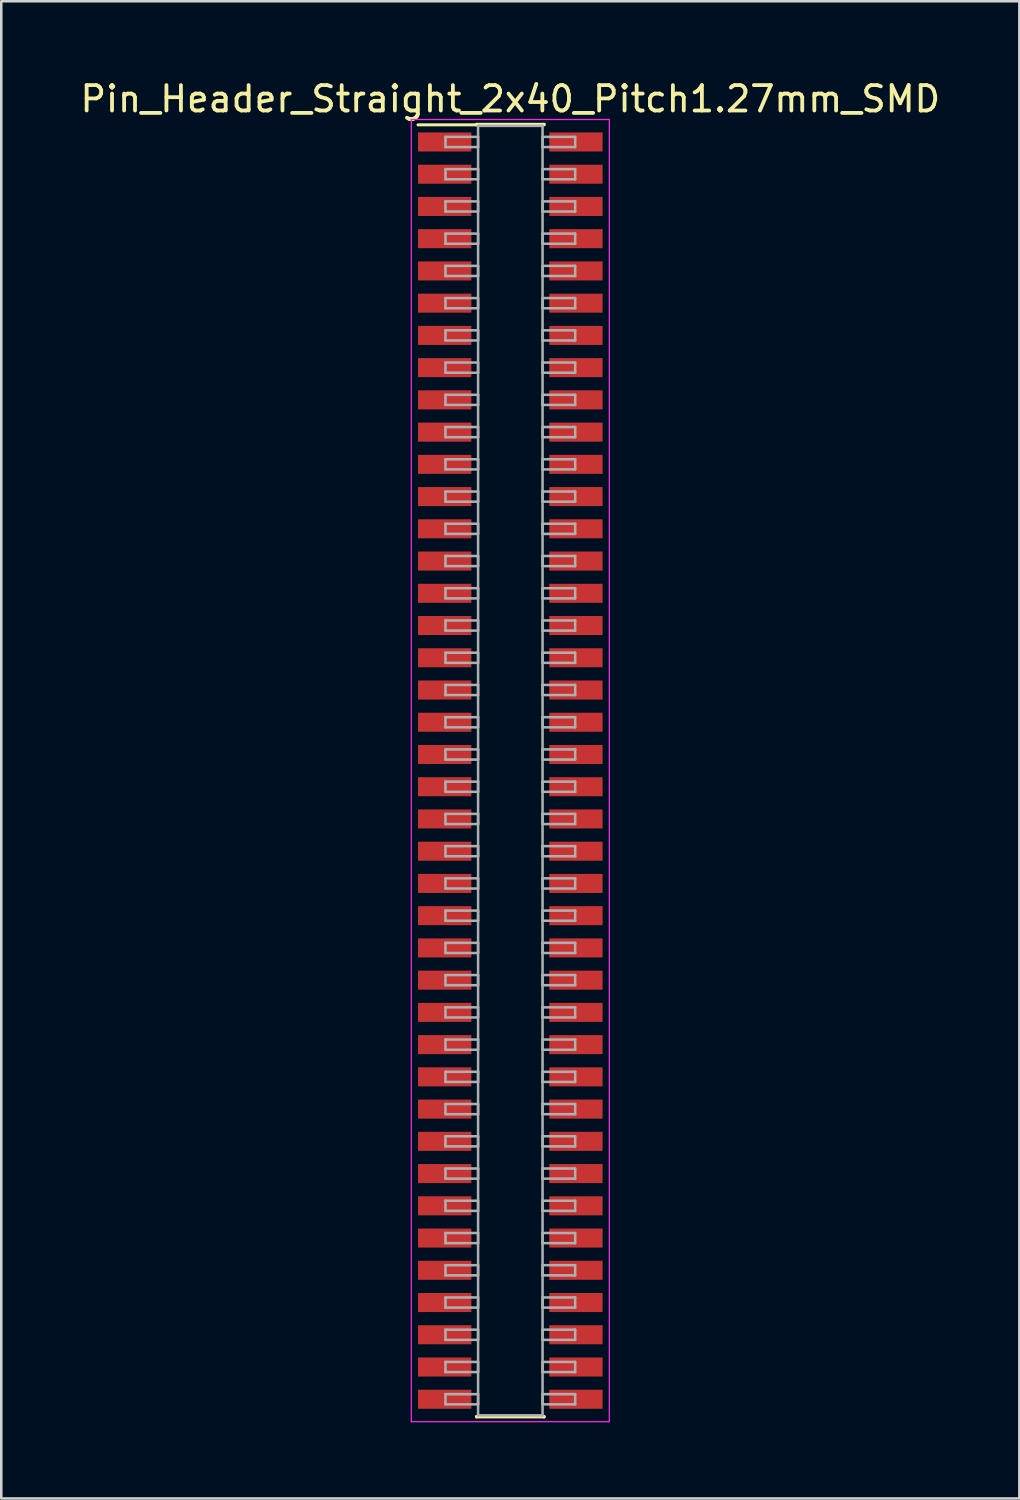
<source format=kicad_pcb>
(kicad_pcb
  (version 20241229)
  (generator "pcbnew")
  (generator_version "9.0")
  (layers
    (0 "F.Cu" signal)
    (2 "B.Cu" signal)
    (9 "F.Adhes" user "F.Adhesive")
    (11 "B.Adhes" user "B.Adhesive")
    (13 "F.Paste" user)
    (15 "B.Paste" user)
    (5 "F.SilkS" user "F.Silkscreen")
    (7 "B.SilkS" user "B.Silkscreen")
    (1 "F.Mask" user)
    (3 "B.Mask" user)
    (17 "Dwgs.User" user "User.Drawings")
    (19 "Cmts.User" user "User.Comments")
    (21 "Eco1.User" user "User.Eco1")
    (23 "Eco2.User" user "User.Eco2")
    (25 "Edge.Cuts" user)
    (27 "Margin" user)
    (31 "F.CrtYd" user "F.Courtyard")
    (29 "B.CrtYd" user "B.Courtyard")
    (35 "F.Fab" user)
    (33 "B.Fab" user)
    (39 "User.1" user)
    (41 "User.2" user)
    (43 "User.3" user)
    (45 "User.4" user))
  (footprint "Pin_Header_Straight_2x40_Pitch1.27mm_SMD"
    (layer "F.Cu")
    (at 17.054 27.308)
    (property "Reference" "Pin_Header_Straight_2x40_Pitch1.27mm_SMD" (at 0 -26.46 0) (layer "F.SilkS") (effects (font (size 1 1) (thickness 0.15))))
    (attr smd)
    (fp_line (start -3.635 -25.44) (end -1.33 -25.44) (stroke (width 0.12) (type solid)) (layer "F.SilkS"))
    (fp_line (start -1.33 -25.46) (end 1.33 -25.46) (stroke (width 0.12) (type solid)) (layer "F.SilkS"))
    (fp_line (start -1.33 -25.44) (end -1.33 -25.46) (stroke (width 0.12) (type solid)) (layer "F.SilkS"))
    (fp_line (start -1.33 25.44) (end -1.33 25.46) (stroke (width 0.12) (type solid)) (layer "F.SilkS"))
    (fp_line (start -1.33 25.46) (end 1.33 25.46) (stroke (width 0.12) (type solid)) (layer "F.SilkS"))
    (fp_line (start 1.33 -25.46) (end 1.33 -25.44) (stroke (width 0.12) (type solid)) (layer "F.SilkS"))
    (fp_line (start 1.33 25.46) (end 1.33 25.44) (stroke (width 0.12) (type solid)) (layer "F.SilkS"))
    (fp_line (start -3.9 -25.65) (end -3.9 25.65) (stroke (width 0.05) (type solid)) (layer "F.CrtYd"))
    (fp_line (start -3.9 25.65) (end 3.9 25.65) (stroke (width 0.05) (type solid)) (layer "F.CrtYd"))
    (fp_line (start 3.9 -25.65) (end -3.9 -25.65) (stroke (width 0.05) (type solid)) (layer "F.CrtYd"))
    (fp_line (start 3.9 25.65) (end 3.9 -25.65) (stroke (width 0.05) (type solid)) (layer "F.CrtYd"))
    (fp_line (start -2.555 -24.965) (end -1.27 -24.965) (stroke (width 0.1) (type solid)) (layer "F.Fab"))
    (fp_line (start -2.555 -24.565) (end -2.555 -24.965) (stroke (width 0.1) (type solid)) (layer "F.Fab"))
    (fp_line (start -2.555 -23.695) (end -1.27 -23.695) (stroke (width 0.1) (type solid)) (layer "F.Fab"))
    (fp_line (start -2.555 -23.295) (end -2.555 -23.695) (stroke (width 0.1) (type solid)) (layer "F.Fab"))
    (fp_line (start -2.555 -22.425) (end -1.27 -22.425) (stroke (width 0.1) (type solid)) (layer "F.Fab"))
    (fp_line (start -2.555 -22.025) (end -2.555 -22.425) (stroke (width 0.1) (type solid)) (layer "F.Fab"))
    (fp_line (start -2.555 -21.155) (end -1.27 -21.155) (stroke (width 0.1) (type solid)) (layer "F.Fab"))
    (fp_line (start -2.555 -20.755) (end -2.555 -21.155) (stroke (width 0.1) (type solid)) (layer "F.Fab"))
    (fp_line (start -2.555 -19.885) (end -1.27 -19.885) (stroke (width 0.1) (type solid)) (layer "F.Fab"))
    (fp_line (start -2.555 -19.485) (end -2.555 -19.885) (stroke (width 0.1) (type solid)) (layer "F.Fab"))
    (fp_line (start -2.555 -18.615) (end -1.27 -18.615) (stroke (width 0.1) (type solid)) (layer "F.Fab"))
    (fp_line (start -2.555 -18.215) (end -2.555 -18.615) (stroke (width 0.1) (type solid)) (layer "F.Fab"))
    (fp_line (start -2.555 -17.345) (end -1.27 -17.345) (stroke (width 0.1) (type solid)) (layer "F.Fab"))
    (fp_line (start -2.555 -16.945) (end -2.555 -17.345) (stroke (width 0.1) (type solid)) (layer "F.Fab"))
    (fp_line (start -2.555 -16.075) (end -1.27 -16.075) (stroke (width 0.1) (type solid)) (layer "F.Fab"))
    (fp_line (start -2.555 -15.675) (end -2.555 -16.075) (stroke (width 0.1) (type solid)) (layer "F.Fab"))
    (fp_line (start -2.555 -14.805) (end -1.27 -14.805) (stroke (width 0.1) (type solid)) (layer "F.Fab"))
    (fp_line (start -2.555 -14.405) (end -2.555 -14.805) (stroke (width 0.1) (type solid)) (layer "F.Fab"))
    (fp_line (start -2.555 -13.535) (end -1.27 -13.535) (stroke (width 0.1) (type solid)) (layer "F.Fab"))
    (fp_line (start -2.555 -13.135) (end -2.555 -13.535) (stroke (width 0.1) (type solid)) (layer "F.Fab"))
    (fp_line (start -2.555 -12.265) (end -1.27 -12.265) (stroke (width 0.1) (type solid)) (layer "F.Fab"))
    (fp_line (start -2.555 -11.865) (end -2.555 -12.265) (stroke (width 0.1) (type solid)) (layer "F.Fab"))
    (fp_line (start -2.555 -10.995) (end -1.27 -10.995) (stroke (width 0.1) (type solid)) (layer "F.Fab"))
    (fp_line (start -2.555 -10.595) (end -2.555 -10.995) (stroke (width 0.1) (type solid)) (layer "F.Fab"))
    (fp_line (start -2.555 -9.725) (end -1.27 -9.725) (stroke (width 0.1) (type solid)) (layer "F.Fab"))
    (fp_line (start -2.555 -9.325) (end -2.555 -9.725) (stroke (width 0.1) (type solid)) (layer "F.Fab"))
    (fp_line (start -2.555 -8.455) (end -1.27 -8.455) (stroke (width 0.1) (type solid)) (layer "F.Fab"))
    (fp_line (start -2.555 -8.055) (end -2.555 -8.455) (stroke (width 0.1) (type solid)) (layer "F.Fab"))
    (fp_line (start -2.555 -7.185) (end -1.27 -7.185) (stroke (width 0.1) (type solid)) (layer "F.Fab"))
    (fp_line (start -2.555 -6.785) (end -2.555 -7.185) (stroke (width 0.1) (type solid)) (layer "F.Fab"))
    (fp_line (start -2.555 -5.915) (end -1.27 -5.915) (stroke (width 0.1) (type solid)) (layer "F.Fab"))
    (fp_line (start -2.555 -5.515) (end -2.555 -5.915) (stroke (width 0.1) (type solid)) (layer "F.Fab"))
    (fp_line (start -2.555 -4.645) (end -1.27 -4.645) (stroke (width 0.1) (type solid)) (layer "F.Fab"))
    (fp_line (start -2.555 -4.245) (end -2.555 -4.645) (stroke (width 0.1) (type solid)) (layer "F.Fab"))
    (fp_line (start -2.555 -3.375) (end -1.27 -3.375) (stroke (width 0.1) (type solid)) (layer "F.Fab"))
    (fp_line (start -2.555 -2.975) (end -2.555 -3.375) (stroke (width 0.1) (type solid)) (layer "F.Fab"))
    (fp_line (start -2.555 -2.105) (end -1.27 -2.105) (stroke (width 0.1) (type solid)) (layer "F.Fab"))
    (fp_line (start -2.555 -1.705) (end -2.555 -2.105) (stroke (width 0.1) (type solid)) (layer "F.Fab"))
    (fp_line (start -2.555 -0.835) (end -1.27 -0.835) (stroke (width 0.1) (type solid)) (layer "F.Fab"))
    (fp_line (start -2.555 -0.435) (end -2.555 -0.835) (stroke (width 0.1) (type solid)) (layer "F.Fab"))
    (fp_line (start -2.555 0.435) (end -1.27 0.435) (stroke (width 0.1) (type solid)) (layer "F.Fab"))
    (fp_line (start -2.555 0.835) (end -2.555 0.435) (stroke (width 0.1) (type solid)) (layer "F.Fab"))
    (fp_line (start -2.555 1.705) (end -1.27 1.705) (stroke (width 0.1) (type solid)) (layer "F.Fab"))
    (fp_line (start -2.555 2.105) (end -2.555 1.705) (stroke (width 0.1) (type solid)) (layer "F.Fab"))
    (fp_line (start -2.555 2.975) (end -1.27 2.975) (stroke (width 0.1) (type solid)) (layer "F.Fab"))
    (fp_line (start -2.555 3.375) (end -2.555 2.975) (stroke (width 0.1) (type solid)) (layer "F.Fab"))
    (fp_line (start -2.555 4.245) (end -1.27 4.245) (stroke (width 0.1) (type solid)) (layer "F.Fab"))
    (fp_line (start -2.555 4.645) (end -2.555 4.245) (stroke (width 0.1) (type solid)) (layer "F.Fab"))
    (fp_line (start -2.555 5.515) (end -1.27 5.515) (stroke (width 0.1) (type solid)) (layer "F.Fab"))
    (fp_line (start -2.555 5.915) (end -2.555 5.515) (stroke (width 0.1) (type solid)) (layer "F.Fab"))
    (fp_line (start -2.555 6.785) (end -1.27 6.785) (stroke (width 0.1) (type solid)) (layer "F.Fab"))
    (fp_line (start -2.555 7.185) (end -2.555 6.785) (stroke (width 0.1) (type solid)) (layer "F.Fab"))
    (fp_line (start -2.555 8.055) (end -1.27 8.055) (stroke (width 0.1) (type solid)) (layer "F.Fab"))
    (fp_line (start -2.555 8.455) (end -2.555 8.055) (stroke (width 0.1) (type solid)) (layer "F.Fab"))
    (fp_line (start -2.555 9.325) (end -1.27 9.325) (stroke (width 0.1) (type solid)) (layer "F.Fab"))
    (fp_line (start -2.555 9.725) (end -2.555 9.325) (stroke (width 0.1) (type solid)) (layer "F.Fab"))
    (fp_line (start -2.555 10.595) (end -1.27 10.595) (stroke (width 0.1) (type solid)) (layer "F.Fab"))
    (fp_line (start -2.555 10.995) (end -2.555 10.595) (stroke (width 0.1) (type solid)) (layer "F.Fab"))
    (fp_line (start -2.555 11.865) (end -1.27 11.865) (stroke (width 0.1) (type solid)) (layer "F.Fab"))
    (fp_line (start -2.555 12.265) (end -2.555 11.865) (stroke (width 0.1) (type solid)) (layer "F.Fab"))
    (fp_line (start -2.555 13.135) (end -1.27 13.135) (stroke (width 0.1) (type solid)) (layer "F.Fab"))
    (fp_line (start -2.555 13.535) (end -2.555 13.135) (stroke (width 0.1) (type solid)) (layer "F.Fab"))
    (fp_line (start -2.555 14.405) (end -1.27 14.405) (stroke (width 0.1) (type solid)) (layer "F.Fab"))
    (fp_line (start -2.555 14.805) (end -2.555 14.405) (stroke (width 0.1) (type solid)) (layer "F.Fab"))
    (fp_line (start -2.555 15.675) (end -1.27 15.675) (stroke (width 0.1) (type solid)) (layer "F.Fab"))
    (fp_line (start -2.555 16.075) (end -2.555 15.675) (stroke (width 0.1) (type solid)) (layer "F.Fab"))
    (fp_line (start -2.555 16.945) (end -1.27 16.945) (stroke (width 0.1) (type solid)) (layer "F.Fab"))
    (fp_line (start -2.555 17.345) (end -2.555 16.945) (stroke (width 0.1) (type solid)) (layer "F.Fab"))
    (fp_line (start -2.555 18.215) (end -1.27 18.215) (stroke (width 0.1) (type solid)) (layer "F.Fab"))
    (fp_line (start -2.555 18.615) (end -2.555 18.215) (stroke (width 0.1) (type solid)) (layer "F.Fab"))
    (fp_line (start -2.555 19.485) (end -1.27 19.485) (stroke (width 0.1) (type solid)) (layer "F.Fab"))
    (fp_line (start -2.555 19.885) (end -2.555 19.485) (stroke (width 0.1) (type solid)) (layer "F.Fab"))
    (fp_line (start -2.555 20.755) (end -1.27 20.755) (stroke (width 0.1) (type solid)) (layer "F.Fab"))
    (fp_line (start -2.555 21.155) (end -2.555 20.755) (stroke (width 0.1) (type solid)) (layer "F.Fab"))
    (fp_line (start -2.555 22.025) (end -1.27 22.025) (stroke (width 0.1) (type solid)) (layer "F.Fab"))
    (fp_line (start -2.555 22.425) (end -2.555 22.025) (stroke (width 0.1) (type solid)) (layer "F.Fab"))
    (fp_line (start -2.555 23.295) (end -1.27 23.295) (stroke (width 0.1) (type solid)) (layer "F.Fab"))
    (fp_line (start -2.555 23.695) (end -2.555 23.295) (stroke (width 0.1) (type solid)) (layer "F.Fab"))
    (fp_line (start -2.555 24.565) (end -1.27 24.565) (stroke (width 0.1) (type solid)) (layer "F.Fab"))
    (fp_line (start -2.555 24.965) (end -2.555 24.565) (stroke (width 0.1) (type solid)) (layer "F.Fab"))
    (fp_line (start -1.27 -25.4) (end -1.27 25.4) (stroke (width 0.1) (type solid)) (layer "F.Fab"))
    (fp_line (start -1.27 -24.965) (end -1.27 -24.565) (stroke (width 0.1) (type solid)) (layer "F.Fab"))
    (fp_line (start -1.27 -24.565) (end -2.555 -24.565) (stroke (width 0.1) (type solid)) (layer "F.Fab"))
    (fp_line (start -1.27 -23.695) (end -1.27 -23.295) (stroke (width 0.1) (type solid)) (layer "F.Fab"))
    (fp_line (start -1.27 -23.295) (end -2.555 -23.295) (stroke (width 0.1) (type solid)) (layer "F.Fab"))
    (fp_line (start -1.27 -22.425) (end -1.27 -22.025) (stroke (width 0.1) (type solid)) (layer "F.Fab"))
    (fp_line (start -1.27 -22.025) (end -2.555 -22.025) (stroke (width 0.1) (type solid)) (layer "F.Fab"))
    (fp_line (start -1.27 -21.155) (end -1.27 -20.755) (stroke (width 0.1) (type solid)) (layer "F.Fab"))
    (fp_line (start -1.27 -20.755) (end -2.555 -20.755) (stroke (width 0.1) (type solid)) (layer "F.Fab"))
    (fp_line (start -1.27 -19.885) (end -1.27 -19.485) (stroke (width 0.1) (type solid)) (layer "F.Fab"))
    (fp_line (start -1.27 -19.485) (end -2.555 -19.485) (stroke (width 0.1) (type solid)) (layer "F.Fab"))
    (fp_line (start -1.27 -18.615) (end -1.27 -18.215) (stroke (width 0.1) (type solid)) (layer "F.Fab"))
    (fp_line (start -1.27 -18.215) (end -2.555 -18.215) (stroke (width 0.1) (type solid)) (layer "F.Fab"))
    (fp_line (start -1.27 -17.345) (end -1.27 -16.945) (stroke (width 0.1) (type solid)) (layer "F.Fab"))
    (fp_line (start -1.27 -16.945) (end -2.555 -16.945) (stroke (width 0.1) (type solid)) (layer "F.Fab"))
    (fp_line (start -1.27 -16.075) (end -1.27 -15.675) (stroke (width 0.1) (type solid)) (layer "F.Fab"))
    (fp_line (start -1.27 -15.675) (end -2.555 -15.675) (stroke (width 0.1) (type solid)) (layer "F.Fab"))
    (fp_line (start -1.27 -14.805) (end -1.27 -14.405) (stroke (width 0.1) (type solid)) (layer "F.Fab"))
    (fp_line (start -1.27 -14.405) (end -2.555 -14.405) (stroke (width 0.1) (type solid)) (layer "F.Fab"))
    (fp_line (start -1.27 -13.535) (end -1.27 -13.135) (stroke (width 0.1) (type solid)) (layer "F.Fab"))
    (fp_line (start -1.27 -13.135) (end -2.555 -13.135) (stroke (width 0.1) (type solid)) (layer "F.Fab"))
    (fp_line (start -1.27 -12.265) (end -1.27 -11.865) (stroke (width 0.1) (type solid)) (layer "F.Fab"))
    (fp_line (start -1.27 -11.865) (end -2.555 -11.865) (stroke (width 0.1) (type solid)) (layer "F.Fab"))
    (fp_line (start -1.27 -10.995) (end -1.27 -10.595) (stroke (width 0.1) (type solid)) (layer "F.Fab"))
    (fp_line (start -1.27 -10.595) (end -2.555 -10.595) (stroke (width 0.1) (type solid)) (layer "F.Fab"))
    (fp_line (start -1.27 -9.725) (end -1.27 -9.325) (stroke (width 0.1) (type solid)) (layer "F.Fab"))
    (fp_line (start -1.27 -9.325) (end -2.555 -9.325) (stroke (width 0.1) (type solid)) (layer "F.Fab"))
    (fp_line (start -1.27 -8.455) (end -1.27 -8.055) (stroke (width 0.1) (type solid)) (layer "F.Fab"))
    (fp_line (start -1.27 -8.055) (end -2.555 -8.055) (stroke (width 0.1) (type solid)) (layer "F.Fab"))
    (fp_line (start -1.27 -7.185) (end -1.27 -6.785) (stroke (width 0.1) (type solid)) (layer "F.Fab"))
    (fp_line (start -1.27 -6.785) (end -2.555 -6.785) (stroke (width 0.1) (type solid)) (layer "F.Fab"))
    (fp_line (start -1.27 -5.915) (end -1.27 -5.515) (stroke (width 0.1) (type solid)) (layer "F.Fab"))
    (fp_line (start -1.27 -5.515) (end -2.555 -5.515) (stroke (width 0.1) (type solid)) (layer "F.Fab"))
    (fp_line (start -1.27 -4.645) (end -1.27 -4.245) (stroke (width 0.1) (type solid)) (layer "F.Fab"))
    (fp_line (start -1.27 -4.245) (end -2.555 -4.245) (stroke (width 0.1) (type solid)) (layer "F.Fab"))
    (fp_line (start -1.27 -3.375) (end -1.27 -2.975) (stroke (width 0.1) (type solid)) (layer "F.Fab"))
    (fp_line (start -1.27 -2.975) (end -2.555 -2.975) (stroke (width 0.1) (type solid)) (layer "F.Fab"))
    (fp_line (start -1.27 -2.105) (end -1.27 -1.705) (stroke (width 0.1) (type solid)) (layer "F.Fab"))
    (fp_line (start -1.27 -1.705) (end -2.555 -1.705) (stroke (width 0.1) (type solid)) (layer "F.Fab"))
    (fp_line (start -1.27 -0.835) (end -1.27 -0.435) (stroke (width 0.1) (type solid)) (layer "F.Fab"))
    (fp_line (start -1.27 -0.435) (end -2.555 -0.435) (stroke (width 0.1) (type solid)) (layer "F.Fab"))
    (fp_line (start -1.27 0.435) (end -1.27 0.835) (stroke (width 0.1) (type solid)) (layer "F.Fab"))
    (fp_line (start -1.27 0.835) (end -2.555 0.835) (stroke (width 0.1) (type solid)) (layer "F.Fab"))
    (fp_line (start -1.27 1.705) (end -1.27 2.105) (stroke (width 0.1) (type solid)) (layer "F.Fab"))
    (fp_line (start -1.27 2.105) (end -2.555 2.105) (stroke (width 0.1) (type solid)) (layer "F.Fab"))
    (fp_line (start -1.27 2.975) (end -1.27 3.375) (stroke (width 0.1) (type solid)) (layer "F.Fab"))
    (fp_line (start -1.27 3.375) (end -2.555 3.375) (stroke (width 0.1) (type solid)) (layer "F.Fab"))
    (fp_line (start -1.27 4.245) (end -1.27 4.645) (stroke (width 0.1) (type solid)) (layer "F.Fab"))
    (fp_line (start -1.27 4.645) (end -2.555 4.645) (stroke (width 0.1) (type solid)) (layer "F.Fab"))
    (fp_line (start -1.27 5.515) (end -1.27 5.915) (stroke (width 0.1) (type solid)) (layer "F.Fab"))
    (fp_line (start -1.27 5.915) (end -2.555 5.915) (stroke (width 0.1) (type solid)) (layer "F.Fab"))
    (fp_line (start -1.27 6.785) (end -1.27 7.185) (stroke (width 0.1) (type solid)) (layer "F.Fab"))
    (fp_line (start -1.27 7.185) (end -2.555 7.185) (stroke (width 0.1) (type solid)) (layer "F.Fab"))
    (fp_line (start -1.27 8.055) (end -1.27 8.455) (stroke (width 0.1) (type solid)) (layer "F.Fab"))
    (fp_line (start -1.27 8.455) (end -2.555 8.455) (stroke (width 0.1) (type solid)) (layer "F.Fab"))
    (fp_line (start -1.27 9.325) (end -1.27 9.725) (stroke (width 0.1) (type solid)) (layer "F.Fab"))
    (fp_line (start -1.27 9.725) (end -2.555 9.725) (stroke (width 0.1) (type solid)) (layer "F.Fab"))
    (fp_line (start -1.27 10.595) (end -1.27 10.995) (stroke (width 0.1) (type solid)) (layer "F.Fab"))
    (fp_line (start -1.27 10.995) (end -2.555 10.995) (stroke (width 0.1) (type solid)) (layer "F.Fab"))
    (fp_line (start -1.27 11.865) (end -1.27 12.265) (stroke (width 0.1) (type solid)) (layer "F.Fab"))
    (fp_line (start -1.27 12.265) (end -2.555 12.265) (stroke (width 0.1) (type solid)) (layer "F.Fab"))
    (fp_line (start -1.27 13.135) (end -1.27 13.535) (stroke (width 0.1) (type solid)) (layer "F.Fab"))
    (fp_line (start -1.27 13.535) (end -2.555 13.535) (stroke (width 0.1) (type solid)) (layer "F.Fab"))
    (fp_line (start -1.27 14.405) (end -1.27 14.805) (stroke (width 0.1) (type solid)) (layer "F.Fab"))
    (fp_line (start -1.27 14.805) (end -2.555 14.805) (stroke (width 0.1) (type solid)) (layer "F.Fab"))
    (fp_line (start -1.27 15.675) (end -1.27 16.075) (stroke (width 0.1) (type solid)) (layer "F.Fab"))
    (fp_line (start -1.27 16.075) (end -2.555 16.075) (stroke (width 0.1) (type solid)) (layer "F.Fab"))
    (fp_line (start -1.27 16.945) (end -1.27 17.345) (stroke (width 0.1) (type solid)) (layer "F.Fab"))
    (fp_line (start -1.27 17.345) (end -2.555 17.345) (stroke (width 0.1) (type solid)) (layer "F.Fab"))
    (fp_line (start -1.27 18.215) (end -1.27 18.615) (stroke (width 0.1) (type solid)) (layer "F.Fab"))
    (fp_line (start -1.27 18.615) (end -2.555 18.615) (stroke (width 0.1) (type solid)) (layer "F.Fab"))
    (fp_line (start -1.27 19.485) (end -1.27 19.885) (stroke (width 0.1) (type solid)) (layer "F.Fab"))
    (fp_line (start -1.27 19.885) (end -2.555 19.885) (stroke (width 0.1) (type solid)) (layer "F.Fab"))
    (fp_line (start -1.27 20.755) (end -1.27 21.155) (stroke (width 0.1) (type solid)) (layer "F.Fab"))
    (fp_line (start -1.27 21.155) (end -2.555 21.155) (stroke (width 0.1) (type solid)) (layer "F.Fab"))
    (fp_line (start -1.27 22.025) (end -1.27 22.425) (stroke (width 0.1) (type solid)) (layer "F.Fab"))
    (fp_line (start -1.27 22.425) (end -2.555 22.425) (stroke (width 0.1) (type solid)) (layer "F.Fab"))
    (fp_line (start -1.27 23.295) (end -1.27 23.695) (stroke (width 0.1) (type solid)) (layer "F.Fab"))
    (fp_line (start -1.27 23.695) (end -2.555 23.695) (stroke (width 0.1) (type solid)) (layer "F.Fab"))
    (fp_line (start -1.27 24.565) (end -1.27 24.965) (stroke (width 0.1) (type solid)) (layer "F.Fab"))
    (fp_line (start -1.27 24.965) (end -2.555 24.965) (stroke (width 0.1) (type solid)) (layer "F.Fab"))
    (fp_line (start -1.27 25.4) (end 1.27 25.4) (stroke (width 0.1) (type solid)) (layer "F.Fab"))
    (fp_line (start 1.27 -25.4) (end -1.27 -25.4) (stroke (width 0.1) (type solid)) (layer "F.Fab"))
    (fp_line (start 1.27 -24.965) (end 1.27 -24.565) (stroke (width 0.1) (type solid)) (layer "F.Fab"))
    (fp_line (start 1.27 -24.565) (end 2.555 -24.565) (stroke (width 0.1) (type solid)) (layer "F.Fab"))
    (fp_line (start 1.27 -23.695) (end 1.27 -23.295) (stroke (width 0.1) (type solid)) (layer "F.Fab"))
    (fp_line (start 1.27 -23.295) (end 2.555 -23.295) (stroke (width 0.1) (type solid)) (layer "F.Fab"))
    (fp_line (start 1.27 -22.425) (end 1.27 -22.025) (stroke (width 0.1) (type solid)) (layer "F.Fab"))
    (fp_line (start 1.27 -22.025) (end 2.555 -22.025) (stroke (width 0.1) (type solid)) (layer "F.Fab"))
    (fp_line (start 1.27 -21.155) (end 1.27 -20.755) (stroke (width 0.1) (type solid)) (layer "F.Fab"))
    (fp_line (start 1.27 -20.755) (end 2.555 -20.755) (stroke (width 0.1) (type solid)) (layer "F.Fab"))
    (fp_line (start 1.27 -19.885) (end 1.27 -19.485) (stroke (width 0.1) (type solid)) (layer "F.Fab"))
    (fp_line (start 1.27 -19.485) (end 2.555 -19.485) (stroke (width 0.1) (type solid)) (layer "F.Fab"))
    (fp_line (start 1.27 -18.615) (end 1.27 -18.215) (stroke (width 0.1) (type solid)) (layer "F.Fab"))
    (fp_line (start 1.27 -18.215) (end 2.555 -18.215) (stroke (width 0.1) (type solid)) (layer "F.Fab"))
    (fp_line (start 1.27 -17.345) (end 1.27 -16.945) (stroke (width 0.1) (type solid)) (layer "F.Fab"))
    (fp_line (start 1.27 -16.945) (end 2.555 -16.945) (stroke (width 0.1) (type solid)) (layer "F.Fab"))
    (fp_line (start 1.27 -16.075) (end 1.27 -15.675) (stroke (width 0.1) (type solid)) (layer "F.Fab"))
    (fp_line (start 1.27 -15.675) (end 2.555 -15.675) (stroke (width 0.1) (type solid)) (layer "F.Fab"))
    (fp_line (start 1.27 -14.805) (end 1.27 -14.405) (stroke (width 0.1) (type solid)) (layer "F.Fab"))
    (fp_line (start 1.27 -14.405) (end 2.555 -14.405) (stroke (width 0.1) (type solid)) (layer "F.Fab"))
    (fp_line (start 1.27 -13.535) (end 1.27 -13.135) (stroke (width 0.1) (type solid)) (layer "F.Fab"))
    (fp_line (start 1.27 -13.135) (end 2.555 -13.135) (stroke (width 0.1) (type solid)) (layer "F.Fab"))
    (fp_line (start 1.27 -12.265) (end 1.27 -11.865) (stroke (width 0.1) (type solid)) (layer "F.Fab"))
    (fp_line (start 1.27 -11.865) (end 2.555 -11.865) (stroke (width 0.1) (type solid)) (layer "F.Fab"))
    (fp_line (start 1.27 -10.995) (end 1.27 -10.595) (stroke (width 0.1) (type solid)) (layer "F.Fab"))
    (fp_line (start 1.27 -10.595) (end 2.555 -10.595) (stroke (width 0.1) (type solid)) (layer "F.Fab"))
    (fp_line (start 1.27 -9.725) (end 1.27 -9.325) (stroke (width 0.1) (type solid)) (layer "F.Fab"))
    (fp_line (start 1.27 -9.325) (end 2.555 -9.325) (stroke (width 0.1) (type solid)) (layer "F.Fab"))
    (fp_line (start 1.27 -8.455) (end 1.27 -8.055) (stroke (width 0.1) (type solid)) (layer "F.Fab"))
    (fp_line (start 1.27 -8.055) (end 2.555 -8.055) (stroke (width 0.1) (type solid)) (layer "F.Fab"))
    (fp_line (start 1.27 -7.185) (end 1.27 -6.785) (stroke (width 0.1) (type solid)) (layer "F.Fab"))
    (fp_line (start 1.27 -6.785) (end 2.555 -6.785) (stroke (width 0.1) (type solid)) (layer "F.Fab"))
    (fp_line (start 1.27 -5.915) (end 1.27 -5.515) (stroke (width 0.1) (type solid)) (layer "F.Fab"))
    (fp_line (start 1.27 -5.515) (end 2.555 -5.515) (stroke (width 0.1) (type solid)) (layer "F.Fab"))
    (fp_line (start 1.27 -4.645) (end 1.27 -4.245) (stroke (width 0.1) (type solid)) (layer "F.Fab"))
    (fp_line (start 1.27 -4.245) (end 2.555 -4.245) (stroke (width 0.1) (type solid)) (layer "F.Fab"))
    (fp_line (start 1.27 -3.375) (end 1.27 -2.975) (stroke (width 0.1) (type solid)) (layer "F.Fab"))
    (fp_line (start 1.27 -2.975) (end 2.555 -2.975) (stroke (width 0.1) (type solid)) (layer "F.Fab"))
    (fp_line (start 1.27 -2.105) (end 1.27 -1.705) (stroke (width 0.1) (type solid)) (layer "F.Fab"))
    (fp_line (start 1.27 -1.705) (end 2.555 -1.705) (stroke (width 0.1) (type solid)) (layer "F.Fab"))
    (fp_line (start 1.27 -0.835) (end 1.27 -0.435) (stroke (width 0.1) (type solid)) (layer "F.Fab"))
    (fp_line (start 1.27 -0.435) (end 2.555 -0.435) (stroke (width 0.1) (type solid)) (layer "F.Fab"))
    (fp_line (start 1.27 0.435) (end 1.27 0.835) (stroke (width 0.1) (type solid)) (layer "F.Fab"))
    (fp_line (start 1.27 0.835) (end 2.555 0.835) (stroke (width 0.1) (type solid)) (layer "F.Fab"))
    (fp_line (start 1.27 1.705) (end 1.27 2.105) (stroke (width 0.1) (type solid)) (layer "F.Fab"))
    (fp_line (start 1.27 2.105) (end 2.555 2.105) (stroke (width 0.1) (type solid)) (layer "F.Fab"))
    (fp_line (start 1.27 2.975) (end 1.27 3.375) (stroke (width 0.1) (type solid)) (layer "F.Fab"))
    (fp_line (start 1.27 3.375) (end 2.555 3.375) (stroke (width 0.1) (type solid)) (layer "F.Fab"))
    (fp_line (start 1.27 4.245) (end 1.27 4.645) (stroke (width 0.1) (type solid)) (layer "F.Fab"))
    (fp_line (start 1.27 4.645) (end 2.555 4.645) (stroke (width 0.1) (type solid)) (layer "F.Fab"))
    (fp_line (start 1.27 5.515) (end 1.27 5.915) (stroke (width 0.1) (type solid)) (layer "F.Fab"))
    (fp_line (start 1.27 5.915) (end 2.555 5.915) (stroke (width 0.1) (type solid)) (layer "F.Fab"))
    (fp_line (start 1.27 6.785) (end 1.27 7.185) (stroke (width 0.1) (type solid)) (layer "F.Fab"))
    (fp_line (start 1.27 7.185) (end 2.555 7.185) (stroke (width 0.1) (type solid)) (layer "F.Fab"))
    (fp_line (start 1.27 8.055) (end 1.27 8.455) (stroke (width 0.1) (type solid)) (layer "F.Fab"))
    (fp_line (start 1.27 8.455) (end 2.555 8.455) (stroke (width 0.1) (type solid)) (layer "F.Fab"))
    (fp_line (start 1.27 9.325) (end 1.27 9.725) (stroke (width 0.1) (type solid)) (layer "F.Fab"))
    (fp_line (start 1.27 9.725) (end 2.555 9.725) (stroke (width 0.1) (type solid)) (layer "F.Fab"))
    (fp_line (start 1.27 10.595) (end 1.27 10.995) (stroke (width 0.1) (type solid)) (layer "F.Fab"))
    (fp_line (start 1.27 10.995) (end 2.555 10.995) (stroke (width 0.1) (type solid)) (layer "F.Fab"))
    (fp_line (start 1.27 11.865) (end 1.27 12.265) (stroke (width 0.1) (type solid)) (layer "F.Fab"))
    (fp_line (start 1.27 12.265) (end 2.555 12.265) (stroke (width 0.1) (type solid)) (layer "F.Fab"))
    (fp_line (start 1.27 13.135) (end 1.27 13.535) (stroke (width 0.1) (type solid)) (layer "F.Fab"))
    (fp_line (start 1.27 13.535) (end 2.555 13.535) (stroke (width 0.1) (type solid)) (layer "F.Fab"))
    (fp_line (start 1.27 14.405) (end 1.27 14.805) (stroke (width 0.1) (type solid)) (layer "F.Fab"))
    (fp_line (start 1.27 14.805) (end 2.555 14.805) (stroke (width 0.1) (type solid)) (layer "F.Fab"))
    (fp_line (start 1.27 15.675) (end 1.27 16.075) (stroke (width 0.1) (type solid)) (layer "F.Fab"))
    (fp_line (start 1.27 16.075) (end 2.555 16.075) (stroke (width 0.1) (type solid)) (layer "F.Fab"))
    (fp_line (start 1.27 16.945) (end 1.27 17.345) (stroke (width 0.1) (type solid)) (layer "F.Fab"))
    (fp_line (start 1.27 17.345) (end 2.555 17.345) (stroke (width 0.1) (type solid)) (layer "F.Fab"))
    (fp_line (start 1.27 18.215) (end 1.27 18.615) (stroke (width 0.1) (type solid)) (layer "F.Fab"))
    (fp_line (start 1.27 18.615) (end 2.555 18.615) (stroke (width 0.1) (type solid)) (layer "F.Fab"))
    (fp_line (start 1.27 19.485) (end 1.27 19.885) (stroke (width 0.1) (type solid)) (layer "F.Fab"))
    (fp_line (start 1.27 19.885) (end 2.555 19.885) (stroke (width 0.1) (type solid)) (layer "F.Fab"))
    (fp_line (start 1.27 20.755) (end 1.27 21.155) (stroke (width 0.1) (type solid)) (layer "F.Fab"))
    (fp_line (start 1.27 21.155) (end 2.555 21.155) (stroke (width 0.1) (type solid)) (layer "F.Fab"))
    (fp_line (start 1.27 22.025) (end 1.27 22.425) (stroke (width 0.1) (type solid)) (layer "F.Fab"))
    (fp_line (start 1.27 22.425) (end 2.555 22.425) (stroke (width 0.1) (type solid)) (layer "F.Fab"))
    (fp_line (start 1.27 23.295) (end 1.27 23.695) (stroke (width 0.1) (type solid)) (layer "F.Fab"))
    (fp_line (start 1.27 23.695) (end 2.555 23.695) (stroke (width 0.1) (type solid)) (layer "F.Fab"))
    (fp_line (start 1.27 24.565) (end 1.27 24.965) (stroke (width 0.1) (type solid)) (layer "F.Fab"))
    (fp_line (start 1.27 24.965) (end 2.555 24.965) (stroke (width 0.1) (type solid)) (layer "F.Fab"))
    (fp_line (start 1.27 25.4) (end 1.27 -25.4) (stroke (width 0.1) (type solid)) (layer "F.Fab"))
    (fp_line (start 2.555 -24.965) (end 1.27 -24.965) (stroke (width 0.1) (type solid)) (layer "F.Fab"))
    (fp_line (start 2.555 -24.565) (end 2.555 -24.965) (stroke (width 0.1) (type solid)) (layer "F.Fab"))
    (fp_line (start 2.555 -23.695) (end 1.27 -23.695) (stroke (width 0.1) (type solid)) (layer "F.Fab"))
    (fp_line (start 2.555 -23.295) (end 2.555 -23.695) (stroke (width 0.1) (type solid)) (layer "F.Fab"))
    (fp_line (start 2.555 -22.425) (end 1.27 -22.425) (stroke (width 0.1) (type solid)) (layer "F.Fab"))
    (fp_line (start 2.555 -22.025) (end 2.555 -22.425) (stroke (width 0.1) (type solid)) (layer "F.Fab"))
    (fp_line (start 2.555 -21.155) (end 1.27 -21.155) (stroke (width 0.1) (type solid)) (layer "F.Fab"))
    (fp_line (start 2.555 -20.755) (end 2.555 -21.155) (stroke (width 0.1) (type solid)) (layer "F.Fab"))
    (fp_line (start 2.555 -19.885) (end 1.27 -19.885) (stroke (width 0.1) (type solid)) (layer "F.Fab"))
    (fp_line (start 2.555 -19.485) (end 2.555 -19.885) (stroke (width 0.1) (type solid)) (layer "F.Fab"))
    (fp_line (start 2.555 -18.615) (end 1.27 -18.615) (stroke (width 0.1) (type solid)) (layer "F.Fab"))
    (fp_line (start 2.555 -18.215) (end 2.555 -18.615) (stroke (width 0.1) (type solid)) (layer "F.Fab"))
    (fp_line (start 2.555 -17.345) (end 1.27 -17.345) (stroke (width 0.1) (type solid)) (layer "F.Fab"))
    (fp_line (start 2.555 -16.945) (end 2.555 -17.345) (stroke (width 0.1) (type solid)) (layer "F.Fab"))
    (fp_line (start 2.555 -16.075) (end 1.27 -16.075) (stroke (width 0.1) (type solid)) (layer "F.Fab"))
    (fp_line (start 2.555 -15.675) (end 2.555 -16.075) (stroke (width 0.1) (type solid)) (layer "F.Fab"))
    (fp_line (start 2.555 -14.805) (end 1.27 -14.805) (stroke (width 0.1) (type solid)) (layer "F.Fab"))
    (fp_line (start 2.555 -14.405) (end 2.555 -14.805) (stroke (width 0.1) (type solid)) (layer "F.Fab"))
    (fp_line (start 2.555 -13.535) (end 1.27 -13.535) (stroke (width 0.1) (type solid)) (layer "F.Fab"))
    (fp_line (start 2.555 -13.135) (end 2.555 -13.535) (stroke (width 0.1) (type solid)) (layer "F.Fab"))
    (fp_line (start 2.555 -12.265) (end 1.27 -12.265) (stroke (width 0.1) (type solid)) (layer "F.Fab"))
    (fp_line (start 2.555 -11.865) (end 2.555 -12.265) (stroke (width 0.1) (type solid)) (layer "F.Fab"))
    (fp_line (start 2.555 -10.995) (end 1.27 -10.995) (stroke (width 0.1) (type solid)) (layer "F.Fab"))
    (fp_line (start 2.555 -10.595) (end 2.555 -10.995) (stroke (width 0.1) (type solid)) (layer "F.Fab"))
    (fp_line (start 2.555 -9.725) (end 1.27 -9.725) (stroke (width 0.1) (type solid)) (layer "F.Fab"))
    (fp_line (start 2.555 -9.325) (end 2.555 -9.725) (stroke (width 0.1) (type solid)) (layer "F.Fab"))
    (fp_line (start 2.555 -8.455) (end 1.27 -8.455) (stroke (width 0.1) (type solid)) (layer "F.Fab"))
    (fp_line (start 2.555 -8.055) (end 2.555 -8.455) (stroke (width 0.1) (type solid)) (layer "F.Fab"))
    (fp_line (start 2.555 -7.185) (end 1.27 -7.185) (stroke (width 0.1) (type solid)) (layer "F.Fab"))
    (fp_line (start 2.555 -6.785) (end 2.555 -7.185) (stroke (width 0.1) (type solid)) (layer "F.Fab"))
    (fp_line (start 2.555 -5.915) (end 1.27 -5.915) (stroke (width 0.1) (type solid)) (layer "F.Fab"))
    (fp_line (start 2.555 -5.515) (end 2.555 -5.915) (stroke (width 0.1) (type solid)) (layer "F.Fab"))
    (fp_line (start 2.555 -4.645) (end 1.27 -4.645) (stroke (width 0.1) (type solid)) (layer "F.Fab"))
    (fp_line (start 2.555 -4.245) (end 2.555 -4.645) (stroke (width 0.1) (type solid)) (layer "F.Fab"))
    (fp_line (start 2.555 -3.375) (end 1.27 -3.375) (stroke (width 0.1) (type solid)) (layer "F.Fab"))
    (fp_line (start 2.555 -2.975) (end 2.555 -3.375) (stroke (width 0.1) (type solid)) (layer "F.Fab"))
    (fp_line (start 2.555 -2.105) (end 1.27 -2.105) (stroke (width 0.1) (type solid)) (layer "F.Fab"))
    (fp_line (start 2.555 -1.705) (end 2.555 -2.105) (stroke (width 0.1) (type solid)) (layer "F.Fab"))
    (fp_line (start 2.555 -0.835) (end 1.27 -0.835) (stroke (width 0.1) (type solid)) (layer "F.Fab"))
    (fp_line (start 2.555 -0.435) (end 2.555 -0.835) (stroke (width 0.1) (type solid)) (layer "F.Fab"))
    (fp_line (start 2.555 0.435) (end 1.27 0.435) (stroke (width 0.1) (type solid)) (layer "F.Fab"))
    (fp_line (start 2.555 0.835) (end 2.555 0.435) (stroke (width 0.1) (type solid)) (layer "F.Fab"))
    (fp_line (start 2.555 1.705) (end 1.27 1.705) (stroke (width 0.1) (type solid)) (layer "F.Fab"))
    (fp_line (start 2.555 2.105) (end 2.555 1.705) (stroke (width 0.1) (type solid)) (layer "F.Fab"))
    (fp_line (start 2.555 2.975) (end 1.27 2.975) (stroke (width 0.1) (type solid)) (layer "F.Fab"))
    (fp_line (start 2.555 3.375) (end 2.555 2.975) (stroke (width 0.1) (type solid)) (layer "F.Fab"))
    (fp_line (start 2.555 4.245) (end 1.27 4.245) (stroke (width 0.1) (type solid)) (layer "F.Fab"))
    (fp_line (start 2.555 4.645) (end 2.555 4.245) (stroke (width 0.1) (type solid)) (layer "F.Fab"))
    (fp_line (start 2.555 5.515) (end 1.27 5.515) (stroke (width 0.1) (type solid)) (layer "F.Fab"))
    (fp_line (start 2.555 5.915) (end 2.555 5.515) (stroke (width 0.1) (type solid)) (layer "F.Fab"))
    (fp_line (start 2.555 6.785) (end 1.27 6.785) (stroke (width 0.1) (type solid)) (layer "F.Fab"))
    (fp_line (start 2.555 7.185) (end 2.555 6.785) (stroke (width 0.1) (type solid)) (layer "F.Fab"))
    (fp_line (start 2.555 8.055) (end 1.27 8.055) (stroke (width 0.1) (type solid)) (layer "F.Fab"))
    (fp_line (start 2.555 8.455) (end 2.555 8.055) (stroke (width 0.1) (type solid)) (layer "F.Fab"))
    (fp_line (start 2.555 9.325) (end 1.27 9.325) (stroke (width 0.1) (type solid)) (layer "F.Fab"))
    (fp_line (start 2.555 9.725) (end 2.555 9.325) (stroke (width 0.1) (type solid)) (layer "F.Fab"))
    (fp_line (start 2.555 10.595) (end 1.27 10.595) (stroke (width 0.1) (type solid)) (layer "F.Fab"))
    (fp_line (start 2.555 10.995) (end 2.555 10.595) (stroke (width 0.1) (type solid)) (layer "F.Fab"))
    (fp_line (start 2.555 11.865) (end 1.27 11.865) (stroke (width 0.1) (type solid)) (layer "F.Fab"))
    (fp_line (start 2.555 12.265) (end 2.555 11.865) (stroke (width 0.1) (type solid)) (layer "F.Fab"))
    (fp_line (start 2.555 13.135) (end 1.27 13.135) (stroke (width 0.1) (type solid)) (layer "F.Fab"))
    (fp_line (start 2.555 13.535) (end 2.555 13.135) (stroke (width 0.1) (type solid)) (layer "F.Fab"))
    (fp_line (start 2.555 14.405) (end 1.27 14.405) (stroke (width 0.1) (type solid)) (layer "F.Fab"))
    (fp_line (start 2.555 14.805) (end 2.555 14.405) (stroke (width 0.1) (type solid)) (layer "F.Fab"))
    (fp_line (start 2.555 15.675) (end 1.27 15.675) (stroke (width 0.1) (type solid)) (layer "F.Fab"))
    (fp_line (start 2.555 16.075) (end 2.555 15.675) (stroke (width 0.1) (type solid)) (layer "F.Fab"))
    (fp_line (start 2.555 16.945) (end 1.27 16.945) (stroke (width 0.1) (type solid)) (layer "F.Fab"))
    (fp_line (start 2.555 17.345) (end 2.555 16.945) (stroke (width 0.1) (type solid)) (layer "F.Fab"))
    (fp_line (start 2.555 18.215) (end 1.27 18.215) (stroke (width 0.1) (type solid)) (layer "F.Fab"))
    (fp_line (start 2.555 18.615) (end 2.555 18.215) (stroke (width 0.1) (type solid)) (layer "F.Fab"))
    (fp_line (start 2.555 19.485) (end 1.27 19.485) (stroke (width 0.1) (type solid)) (layer "F.Fab"))
    (fp_line (start 2.555 19.885) (end 2.555 19.485) (stroke (width 0.1) (type solid)) (layer "F.Fab"))
    (fp_line (start 2.555 20.755) (end 1.27 20.755) (stroke (width 0.1) (type solid)) (layer "F.Fab"))
    (fp_line (start 2.555 21.155) (end 2.555 20.755) (stroke (width 0.1) (type solid)) (layer "F.Fab"))
    (fp_line (start 2.555 22.025) (end 1.27 22.025) (stroke (width 0.1) (type solid)) (layer "F.Fab"))
    (fp_line (start 2.555 22.425) (end 2.555 22.025) (stroke (width 0.1) (type solid)) (layer "F.Fab"))
    (fp_line (start 2.555 23.295) (end 1.27 23.295) (stroke (width 0.1) (type solid)) (layer "F.Fab"))
    (fp_line (start 2.555 23.695) (end 2.555 23.295) (stroke (width 0.1) (type solid)) (layer "F.Fab"))
    (fp_line (start 2.555 24.565) (end 1.27 24.565) (stroke (width 0.1) (type solid)) (layer "F.Fab"))
    (fp_line (start 2.555 24.965) (end 2.555 24.565) (stroke (width 0.1) (type solid)) (layer "F.Fab"))
    (pad "1" smd rect (at -2.585 -24.765) (size 2.1 0.75) (layers "F.Cu" "F.Mask"))
    (pad "2" smd rect (at 2.585 -24.765) (size 2.1 0.75) (layers "F.Cu" "F.Mask"))
    (pad "3" smd rect (at -2.585 -23.495) (size 2.1 0.75) (layers "F.Cu" "F.Mask"))
    (pad "4" smd rect (at 2.585 -23.495) (size 2.1 0.75) (layers "F.Cu" "F.Mask"))
    (pad "5" smd rect (at -2.585 -22.225) (size 2.1 0.75) (layers "F.Cu" "F.Mask"))
    (pad "6" smd rect (at 2.585 -22.225) (size 2.1 0.75) (layers "F.Cu" "F.Mask"))
    (pad "7" smd rect (at -2.585 -20.955) (size 2.1 0.75) (layers "F.Cu" "F.Mask"))
    (pad "8" smd rect (at 2.585 -20.955) (size 2.1 0.75) (layers "F.Cu" "F.Mask"))
    (pad "9" smd rect (at -2.585 -19.685) (size 2.1 0.75) (layers "F.Cu" "F.Mask"))
    (pad "10" smd rect (at 2.585 -19.685) (size 2.1 0.75) (layers "F.Cu" "F.Mask"))
    (pad "11" smd rect (at -2.585 -18.415) (size 2.1 0.75) (layers "F.Cu" "F.Mask"))
    (pad "12" smd rect (at 2.585 -18.415) (size 2.1 0.75) (layers "F.Cu" "F.Mask"))
    (pad "13" smd rect (at -2.585 -17.145) (size 2.1 0.75) (layers "F.Cu" "F.Mask"))
    (pad "14" smd rect (at 2.585 -17.145) (size 2.1 0.75) (layers "F.Cu" "F.Mask"))
    (pad "15" smd rect (at -2.585 -15.875) (size 2.1 0.75) (layers "F.Cu" "F.Mask"))
    (pad "16" smd rect (at 2.585 -15.875) (size 2.1 0.75) (layers "F.Cu" "F.Mask"))
    (pad "17" smd rect (at -2.585 -14.605) (size 2.1 0.75) (layers "F.Cu" "F.Mask"))
    (pad "18" smd rect (at 2.585 -14.605) (size 2.1 0.75) (layers "F.Cu" "F.Mask"))
    (pad "19" smd rect (at -2.585 -13.335) (size 2.1 0.75) (layers "F.Cu" "F.Mask"))
    (pad "20" smd rect (at 2.585 -13.335) (size 2.1 0.75) (layers "F.Cu" "F.Mask"))
    (pad "21" smd rect (at -2.585 -12.065) (size 2.1 0.75) (layers "F.Cu" "F.Mask"))
    (pad "22" smd rect (at 2.585 -12.065) (size 2.1 0.75) (layers "F.Cu" "F.Mask"))
    (pad "23" smd rect (at -2.585 -10.795) (size 2.1 0.75) (layers "F.Cu" "F.Mask"))
    (pad "24" smd rect (at 2.585 -10.795) (size 2.1 0.75) (layers "F.Cu" "F.Mask"))
    (pad "25" smd rect (at -2.585 -9.525) (size 2.1 0.75) (layers "F.Cu" "F.Mask"))
    (pad "26" smd rect (at 2.585 -9.525) (size 2.1 0.75) (layers "F.Cu" "F.Mask"))
    (pad "27" smd rect (at -2.585 -8.255) (size 2.1 0.75) (layers "F.Cu" "F.Mask"))
    (pad "28" smd rect (at 2.585 -8.255) (size 2.1 0.75) (layers "F.Cu" "F.Mask"))
    (pad "29" smd rect (at -2.585 -6.985) (size 2.1 0.75) (layers "F.Cu" "F.Mask"))
    (pad "30" smd rect (at 2.585 -6.985) (size 2.1 0.75) (layers "F.Cu" "F.Mask"))
    (pad "31" smd rect (at -2.585 -5.715) (size 2.1 0.75) (layers "F.Cu" "F.Mask"))
    (pad "32" smd rect (at 2.585 -5.715) (size 2.1 0.75) (layers "F.Cu" "F.Mask"))
    (pad "33" smd rect (at -2.585 -4.445) (size 2.1 0.75) (layers "F.Cu" "F.Mask"))
    (pad "34" smd rect (at 2.585 -4.445) (size 2.1 0.75) (layers "F.Cu" "F.Mask"))
    (pad "35" smd rect (at -2.585 -3.175) (size 2.1 0.75) (layers "F.Cu" "F.Mask"))
    (pad "36" smd rect (at 2.585 -3.175) (size 2.1 0.75) (layers "F.Cu" "F.Mask"))
    (pad "37" smd rect (at -2.585 -1.905) (size 2.1 0.75) (layers "F.Cu" "F.Mask"))
    (pad "38" smd rect (at 2.585 -1.905) (size 2.1 0.75) (layers "F.Cu" "F.Mask"))
    (pad "39" smd rect (at -2.585 -0.635) (size 2.1 0.75) (layers "F.Cu" "F.Mask"))
    (pad "40" smd rect (at 2.585 -0.635) (size 2.1 0.75) (layers "F.Cu" "F.Mask"))
    (pad "41" smd rect (at -2.585 0.635) (size 2.1 0.75) (layers "F.Cu" "F.Mask"))
    (pad "42" smd rect (at 2.585 0.635) (size 2.1 0.75) (layers "F.Cu" "F.Mask"))
    (pad "43" smd rect (at -2.585 1.905) (size 2.1 0.75) (layers "F.Cu" "F.Mask"))
    (pad "44" smd rect (at 2.585 1.905) (size 2.1 0.75) (layers "F.Cu" "F.Mask"))
    (pad "45" smd rect (at -2.585 3.175) (size 2.1 0.75) (layers "F.Cu" "F.Mask"))
    (pad "46" smd rect (at 2.585 3.175) (size 2.1 0.75) (layers "F.Cu" "F.Mask"))
    (pad "47" smd rect (at -2.585 4.445) (size 2.1 0.75) (layers "F.Cu" "F.Mask"))
    (pad "48" smd rect (at 2.585 4.445) (size 2.1 0.75) (layers "F.Cu" "F.Mask"))
    (pad "49" smd rect (at -2.585 5.715) (size 2.1 0.75) (layers "F.Cu" "F.Mask"))
    (pad "50" smd rect (at 2.585 5.715) (size 2.1 0.75) (layers "F.Cu" "F.Mask"))
    (pad "51" smd rect (at -2.585 6.985) (size 2.1 0.75) (layers "F.Cu" "F.Mask"))
    (pad "52" smd rect (at 2.585 6.985) (size 2.1 0.75) (layers "F.Cu" "F.Mask"))
    (pad "53" smd rect (at -2.585 8.255) (size 2.1 0.75) (layers "F.Cu" "F.Mask"))
    (pad "54" smd rect (at 2.585 8.255) (size 2.1 0.75) (layers "F.Cu" "F.Mask"))
    (pad "55" smd rect (at -2.585 9.525) (size 2.1 0.75) (layers "F.Cu" "F.Mask"))
    (pad "56" smd rect (at 2.585 9.525) (size 2.1 0.75) (layers "F.Cu" "F.Mask"))
    (pad "57" smd rect (at -2.585 10.795) (size 2.1 0.75) (layers "F.Cu" "F.Mask"))
    (pad "58" smd rect (at 2.585 10.795) (size 2.1 0.75) (layers "F.Cu" "F.Mask"))
    (pad "59" smd rect (at -2.585 12.065) (size 2.1 0.75) (layers "F.Cu" "F.Mask"))
    (pad "60" smd rect (at 2.585 12.065) (size 2.1 0.75) (layers "F.Cu" "F.Mask"))
    (pad "61" smd rect (at -2.585 13.335) (size 2.1 0.75) (layers "F.Cu" "F.Mask"))
    (pad "62" smd rect (at 2.585 13.335) (size 2.1 0.75) (layers "F.Cu" "F.Mask"))
    (pad "63" smd rect (at -2.585 14.605) (size 2.1 0.75) (layers "F.Cu" "F.Mask"))
    (pad "64" smd rect (at 2.585 14.605) (size 2.1 0.75) (layers "F.Cu" "F.Mask"))
    (pad "65" smd rect (at -2.585 15.875) (size 2.1 0.75) (layers "F.Cu" "F.Mask"))
    (pad "66" smd rect (at 2.585 15.875) (size 2.1 0.75) (layers "F.Cu" "F.Mask"))
    (pad "67" smd rect (at -2.585 17.145) (size 2.1 0.75) (layers "F.Cu" "F.Mask"))
    (pad "68" smd rect (at 2.585 17.145) (size 2.1 0.75) (layers "F.Cu" "F.Mask"))
    (pad "69" smd rect (at -2.585 18.415) (size 2.1 0.75) (layers "F.Cu" "F.Mask"))
    (pad "70" smd rect (at 2.585 18.415) (size 2.1 0.75) (layers "F.Cu" "F.Mask"))
    (pad "71" smd rect (at -2.585 19.685) (size 2.1 0.75) (layers "F.Cu" "F.Mask"))
    (pad "72" smd rect (at 2.585 19.685) (size 2.1 0.75) (layers "F.Cu" "F.Mask"))
    (pad "73" smd rect (at -2.585 20.955) (size 2.1 0.75) (layers "F.Cu" "F.Mask"))
    (pad "74" smd rect (at 2.585 20.955) (size 2.1 0.75) (layers "F.Cu" "F.Mask"))
    (pad "75" smd rect (at -2.585 22.225) (size 2.1 0.75) (layers "F.Cu" "F.Mask"))
    (pad "76" smd rect (at 2.585 22.225) (size 2.1 0.75) (layers "F.Cu" "F.Mask"))
    (pad "77" smd rect (at -2.585 23.495) (size 2.1 0.75) (layers "F.Cu" "F.Mask"))
    (pad "78" smd rect (at 2.585 23.495) (size 2.1 0.75) (layers "F.Cu" "F.Mask"))
    (pad "79" smd rect (at -2.585 24.765) (size 2.1 0.75) (layers "F.Cu" "F.Mask"))
    (pad "80" smd rect (at 2.585 24.765) (size 2.1 0.75) (layers "F.Cu" "F.Mask")))
  (gr_rect
    (start -3 -3)
    (end 37.107 55.983)
    (stroke (width 0.1) (type default))
    (fill no)
    (layer "Edge.Cuts")))
</source>
